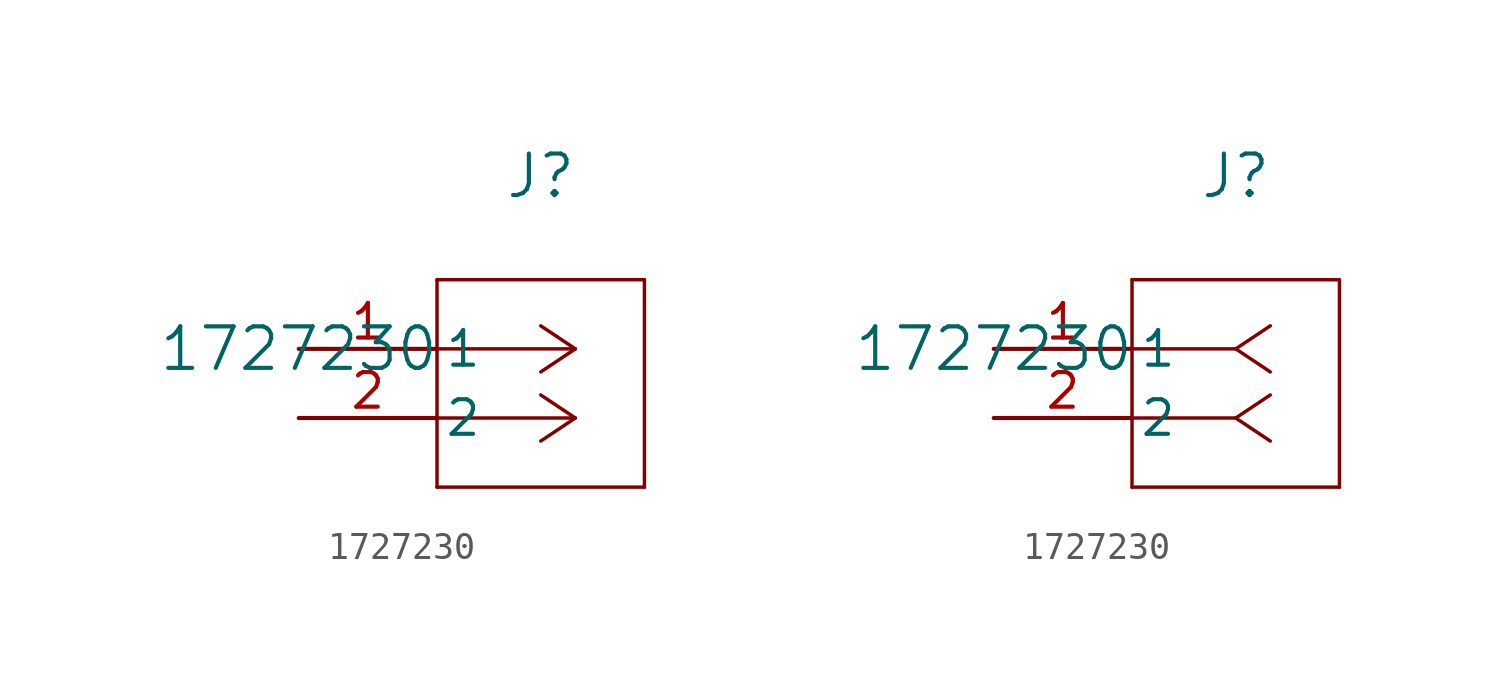
<source format=kicad_sym>
(kicad_symbol_lib
  (version 20211014)
  (generator kicad_symbol_editor)
  (symbol "1727230"
    (pin_names
      (offset 0.254))
    (property "Reference" "J"
      (at 8.89 6.35 0)
      (effects (font (size 1.524 1.524))))
    (property "Value" "1727230"
      (at 0 0 0)
      (effects (font (size 1.524 1.524))))
    (symbol "1727230_1_1"
      (polyline (pts (xy 10.16 0) (xy 5.08 0)) (stroke (width 0.127) (type default) (color 0 0 0 0)) (fill (type none)))
      (polyline (pts (xy 10.16 -2.54) (xy 5.08 -2.54)) (stroke (width 0.127) (type default) (color 0 0 0 0)) (fill (type none)))
      (polyline (pts (xy 10.16 0) (xy 8.89 0.847)) (stroke (width 0.127) (type default) (color 0 0 0 0)) (fill (type none)))
      (polyline (pts (xy 10.16 -2.54) (xy 8.89 -1.693)) (stroke (width 0.127) (type default) (color 0 0 0 0)) (fill (type none)))
      (polyline (pts (xy 10.16 0) (xy 8.89 -0.847)) (stroke (width 0.127) (type default) (color 0 0 0 0)) (fill (type none)))
      (polyline (pts (xy 10.16 -2.54) (xy 8.89 -3.387)) (stroke (width 0.127) (type default) (color 0 0 0 0)) (fill (type none)))
      (polyline (pts (xy 5.08 2.54) (xy 5.08 -5.08)) (stroke (width 0.127) (type default) (color 0 0 0 0)) (fill (type none)))
      (polyline (pts (xy 5.08 -5.08) (xy 12.7 -5.08)) (stroke (width 0.127) (type default) (color 0 0 0 0)) (fill (type none)))
      (polyline (pts (xy 12.7 -5.08) (xy 12.7 2.54)) (stroke (width 0.127) (type default) (color 0 0 0 0)) (fill (type none)))
      (polyline (pts (xy 12.7 2.54) (xy 5.08 2.54)) (stroke (width 0.127) (type default) (color 0 0 0 0)) (fill (type none)))
      (pin unspecified line (at 0 0 0) (length 5.08) (name "1" (effects (font (size 1.27 1.27)))) (number "1" (effects (font (size 1.27 1.27)))))
      (pin unspecified line (at 0 -2.54 0) (length 5.08) (name "2" (effects (font (size 1.27 1.27)))) (number "2" (effects (font (size 1.27 1.27))))))
    (symbol "1727230_1_2"
      (polyline (pts (xy 8.89 0) (xy 5.08 0)) (stroke (width 0.127) (type default) (color 0 0 0 0)) (fill (type none)))
      (polyline (pts (xy 8.89 -2.54) (xy 5.08 -2.54)) (stroke (width 0.127) (type default) (color 0 0 0 0)) (fill (type none)))
      (polyline (pts (xy 8.89 0) (xy 10.16 -0.847)) (stroke (width 0.127) (type default) (color 0 0 0 0)) (fill (type none)))
      (polyline (pts (xy 8.89 -2.54) (xy 10.16 -3.387)) (stroke (width 0.127) (type default) (color 0 0 0 0)) (fill (type none)))
      (polyline (pts (xy 8.89 0) (xy 10.16 0.847)) (stroke (width 0.127) (type default) (color 0 0 0 0)) (fill (type none)))
      (polyline (pts (xy 8.89 -2.54) (xy 10.16 -1.693)) (stroke (width 0.127) (type default) (color 0 0 0 0)) (fill (type none)))
      (polyline (pts (xy 5.08 2.54) (xy 5.08 -5.08)) (stroke (width 0.127) (type default) (color 0 0 0 0)) (fill (type none)))
      (polyline (pts (xy 5.08 -5.08) (xy 12.7 -5.08)) (stroke (width 0.127) (type default) (color 0 0 0 0)) (fill (type none)))
      (polyline (pts (xy 12.7 -5.08) (xy 12.7 2.54)) (stroke (width 0.127) (type default) (color 0 0 0 0)) (fill (type none)))
      (polyline (pts (xy 12.7 2.54) (xy 5.08 2.54)) (stroke (width 0.127) (type default) (color 0 0 0 0)) (fill (type none)))
      (pin unspecified line (at 0 0 0) (length 5.08) (name "1" (effects (font (size 1.27 1.27)))) (number "1" (effects (font (size 1.27 1.27)))))
      (pin unspecified line (at 0 -2.54 0) (length 5.08) (name "2" (effects (font (size 1.27 1.27)))) (number "2" (effects (font (size 1.27 1.27))))))))
</source>
